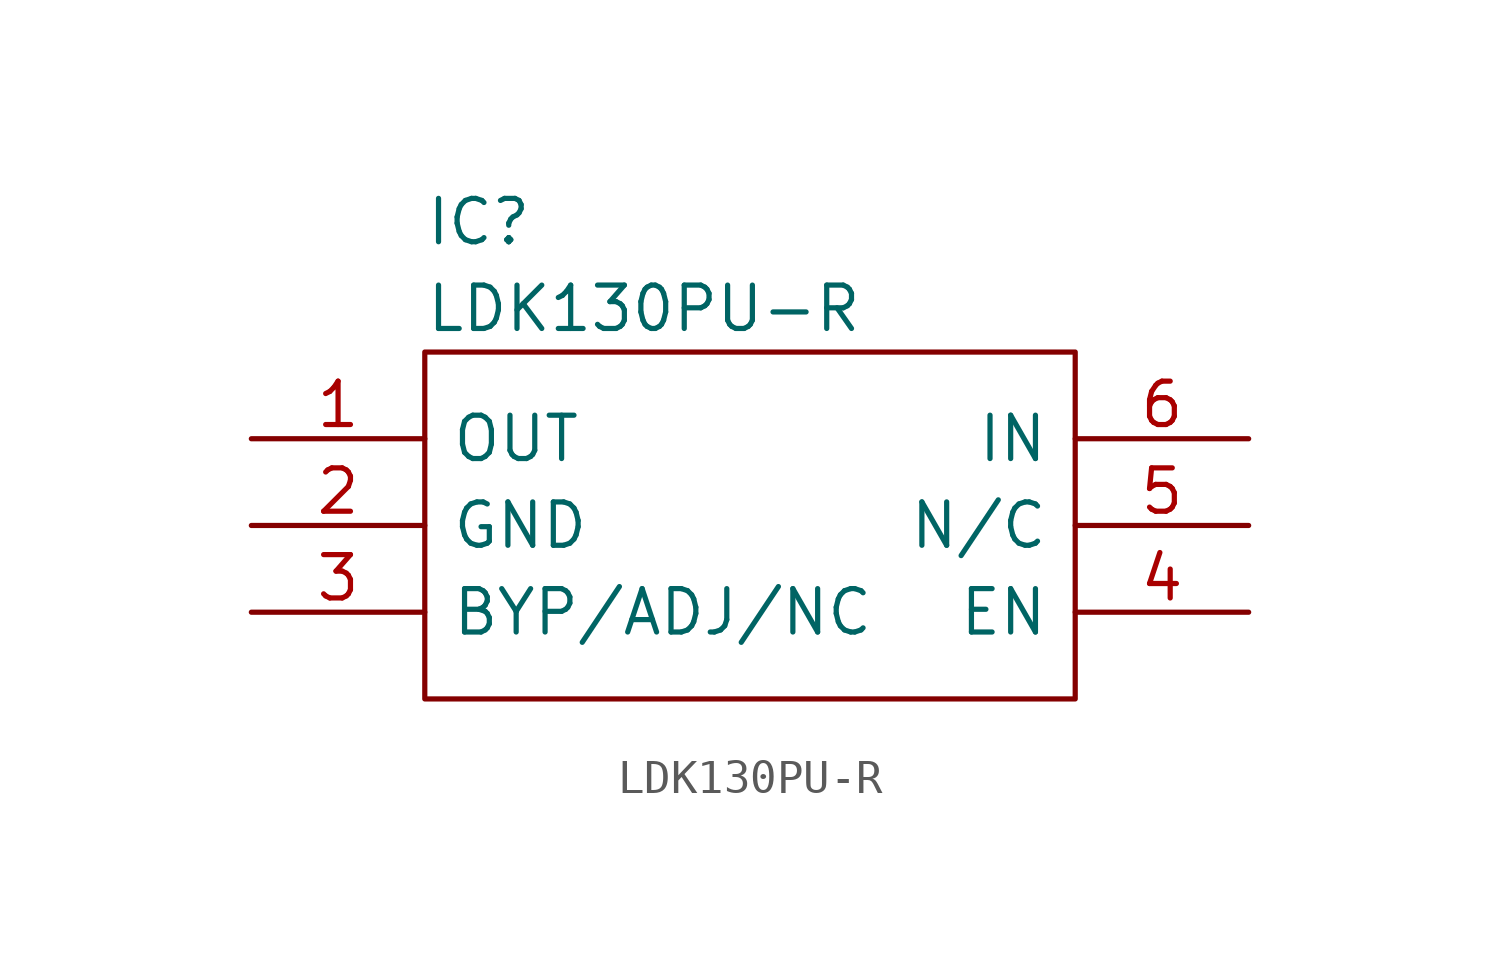
<source format=kicad_sym>
(kicad_symbol_lib
  (version 20220914)
  (generator kicad_symbol_editor)
  (symbol "LDK130PU-R"
    (pin_names
      (offset 0.762))
    (property "Reference" "IC"
      (at 5.08 6.35 0)
      (effects (font (size 1.27 1.27)) (justify left)))
    (property "Value" "LDK130PU-R"
      (at 5.08 3.81 0)
      (effects (font (size 1.27 1.27)) (justify left)))
    (symbol "LDK130PU-R_0_0"
      (pin power_in line (at 0 0 0) (length 5.08) (name "OUT" (effects (font (size 1.27 1.27)))) (number "1" (effects (font (size 1.27 1.27)))))
      (pin power_in line (at 0 -2.54 0) (length 5.08) (name "GND" (effects (font (size 1.27 1.27)))) (number "2" (effects (font (size 1.27 1.27)))))
      (pin passive line (at 0 -5.08 0) (length 5.08) (name "BYP/ADJ/NC" (effects (font (size 1.27 1.27)))) (number "3" (effects (font (size 1.27 1.27)))))
      (pin input line (at 29.21 -5.08 180) (length 5.08) (name "EN" (effects (font (size 1.27 1.27)))) (number "4" (effects (font (size 1.27 1.27)))))
      (pin passive line (at 29.21 -2.54 180) (length 5.08) (name "N/C" (effects (font (size 1.27 1.27)))) (number "5" (effects (font (size 1.27 1.27)))))
      (pin power_in line (at 29.21 0 180) (length 5.08) (name "IN" (effects (font (size 1.27 1.27)))) (number "6" (effects (font (size 1.27 1.27))))))
    (symbol "LDK130PU-R_0_1"
      (rectangle (start 5.08 2.54) (end 24.13 -7.62) (stroke (width 0) (type solid)) (fill (type none))))))
</source>
